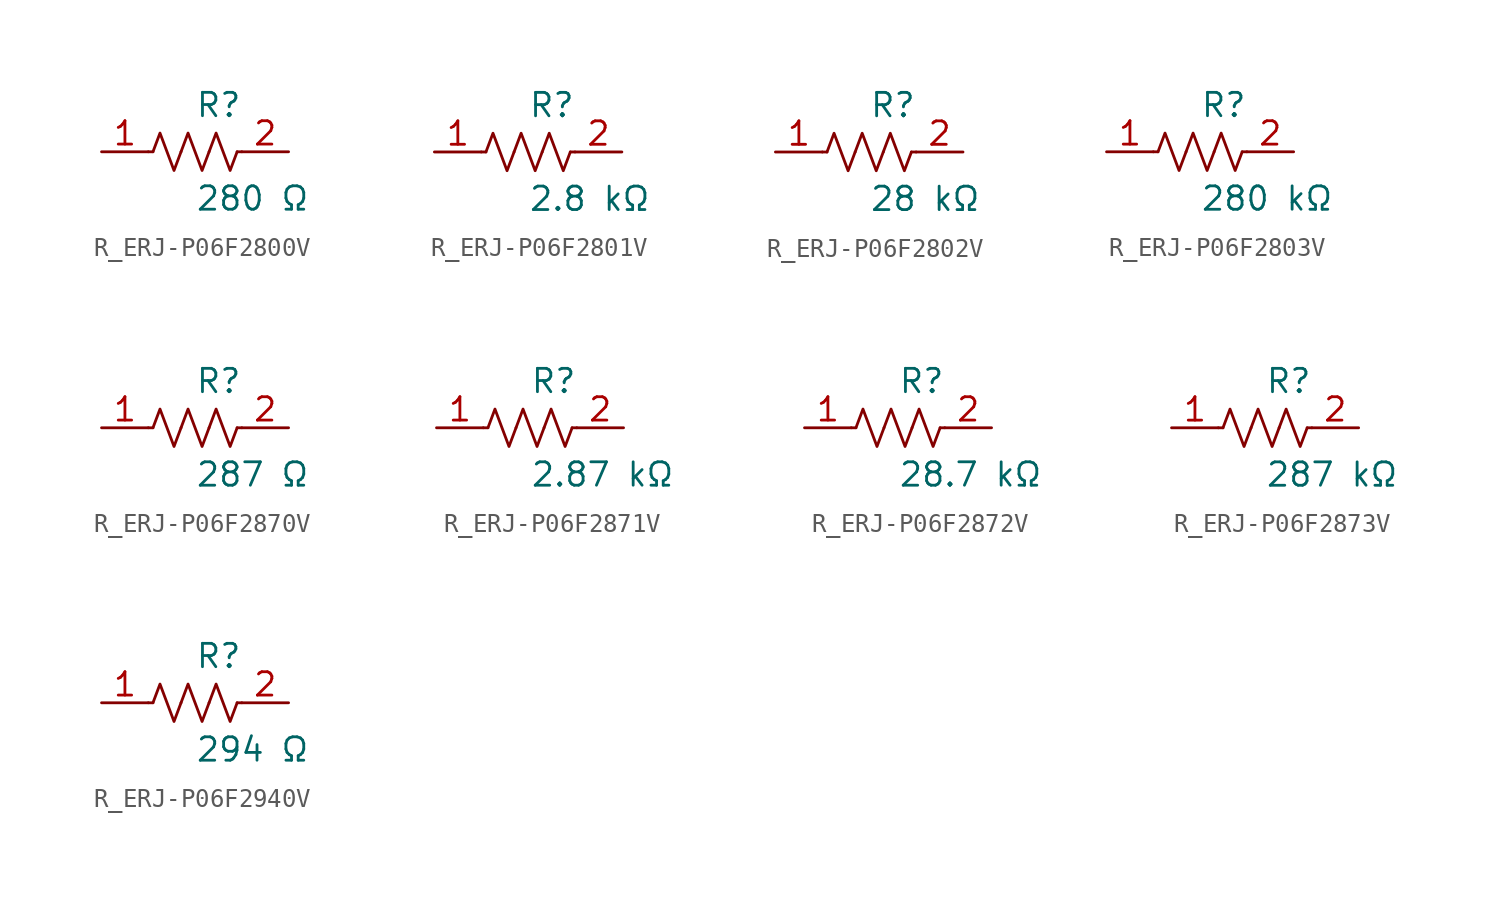
<source format=kicad_sym>
(kicad_symbol_lib
  (version 20231120)
  (generator kicad_symbol_editor)
  (generator_version 8.0)
  (symbol "R_ERJ-P06F2800V"
    (pin_names
      (offset 0.254))
    (property "Reference" "R"
      (at 0 2.54 0)
      (effects (font (size 1.27 1.27)) (justify left)))
    (property "Value" "280 Ω"
      (at 0 -2.54 0)
      (effects (font (size 1.27 1.27)) (justify left)))
    (symbol "R_ERJ-P06F2800V_0_1"
      (polyline (pts (xy 2.286 0) (xy 2.54 0)) (stroke (width 0) (type default)) (fill (type none)))
      (polyline (pts (xy -2.286 0) (xy -2.54 0)) (stroke (width 0) (type default)) (fill (type none)))
      (polyline (pts (xy 0.762 0) (xy 1.143 1.016) (xy 1.524 0) (xy 1.905 -1.016) (xy 2.286 0)) (stroke (width 0) (type default)) (fill (type none)))
      (polyline (pts (xy -0.762 0) (xy -0.381 1.016) (xy 0 0) (xy 0.381 -1.016) (xy 0.762 0)) (stroke (width 0) (type default)) (fill (type none)))
      (polyline (pts (xy -2.286 0) (xy -1.905 1.016) (xy -1.524 0) (xy -1.143 -1.016) (xy -0.762 0)) (stroke (width 0) (type default)) (fill (type none))))
    (pin passive line
      (at -5.08 0 0)
      (length 2.54)
      (name "" (effects (font (size 1.27 1.27))))
      (number "1" (effects (font (size 1.27 1.27)))))
    (pin passive line
      (at 5.08 0 180)
      (length 2.54)
      (name "" (effects (font (size 1.27 1.27))))
      (number "2" (effects (font (size 1.27 1.27))))))
  (symbol "R_ERJ-P06F2801V"
    (pin_names
      (offset 0.254))
    (property "Reference" "R"
      (at 0 2.54 0)
      (effects (font (size 1.27 1.27)) (justify left)))
    (property "Value" "2.8 kΩ"
      (at 0 -2.54 0)
      (effects (font (size 1.27 1.27)) (justify left)))
    (symbol "R_ERJ-P06F2801V_0_1"
      (polyline (pts (xy 2.286 0) (xy 2.54 0)) (stroke (width 0) (type default)) (fill (type none)))
      (polyline (pts (xy -2.286 0) (xy -2.54 0)) (stroke (width 0) (type default)) (fill (type none)))
      (polyline (pts (xy 0.762 0) (xy 1.143 1.016) (xy 1.524 0) (xy 1.905 -1.016) (xy 2.286 0)) (stroke (width 0) (type default)) (fill (type none)))
      (polyline (pts (xy -0.762 0) (xy -0.381 1.016) (xy 0 0) (xy 0.381 -1.016) (xy 0.762 0)) (stroke (width 0) (type default)) (fill (type none)))
      (polyline (pts (xy -2.286 0) (xy -1.905 1.016) (xy -1.524 0) (xy -1.143 -1.016) (xy -0.762 0)) (stroke (width 0) (type default)) (fill (type none))))
    (pin passive line
      (at -5.08 0 0)
      (length 2.54)
      (name "" (effects (font (size 1.27 1.27))))
      (number "1" (effects (font (size 1.27 1.27)))))
    (pin passive line
      (at 5.08 0 180)
      (length 2.54)
      (name "" (effects (font (size 1.27 1.27))))
      (number "2" (effects (font (size 1.27 1.27))))))
  (symbol "R_ERJ-P06F2802V"
    (pin_names
      (offset 0.254))
    (property "Reference" "R"
      (at 0 2.54 0)
      (effects (font (size 1.27 1.27)) (justify left)))
    (property "Value" "28 kΩ"
      (at 0 -2.54 0)
      (effects (font (size 1.27 1.27)) (justify left)))
    (symbol "R_ERJ-P06F2802V_0_1"
      (polyline (pts (xy 2.286 0) (xy 2.54 0)) (stroke (width 0) (type default)) (fill (type none)))
      (polyline (pts (xy -2.286 0) (xy -2.54 0)) (stroke (width 0) (type default)) (fill (type none)))
      (polyline (pts (xy 0.762 0) (xy 1.143 1.016) (xy 1.524 0) (xy 1.905 -1.016) (xy 2.286 0)) (stroke (width 0) (type default)) (fill (type none)))
      (polyline (pts (xy -0.762 0) (xy -0.381 1.016) (xy 0 0) (xy 0.381 -1.016) (xy 0.762 0)) (stroke (width 0) (type default)) (fill (type none)))
      (polyline (pts (xy -2.286 0) (xy -1.905 1.016) (xy -1.524 0) (xy -1.143 -1.016) (xy -0.762 0)) (stroke (width 0) (type default)) (fill (type none))))
    (pin passive line
      (at -5.08 0 0)
      (length 2.54)
      (name "" (effects (font (size 1.27 1.27))))
      (number "1" (effects (font (size 1.27 1.27)))))
    (pin passive line
      (at 5.08 0 180)
      (length 2.54)
      (name "" (effects (font (size 1.27 1.27))))
      (number "2" (effects (font (size 1.27 1.27))))))
  (symbol "R_ERJ-P06F2803V"
    (pin_names
      (offset 0.254))
    (property "Reference" "R"
      (at 0 2.54 0)
      (effects (font (size 1.27 1.27)) (justify left)))
    (property "Value" "280 kΩ"
      (at 0 -2.54 0)
      (effects (font (size 1.27 1.27)) (justify left)))
    (symbol "R_ERJ-P06F2803V_0_1"
      (polyline (pts (xy 2.286 0) (xy 2.54 0)) (stroke (width 0) (type default)) (fill (type none)))
      (polyline (pts (xy -2.286 0) (xy -2.54 0)) (stroke (width 0) (type default)) (fill (type none)))
      (polyline (pts (xy 0.762 0) (xy 1.143 1.016) (xy 1.524 0) (xy 1.905 -1.016) (xy 2.286 0)) (stroke (width 0) (type default)) (fill (type none)))
      (polyline (pts (xy -0.762 0) (xy -0.381 1.016) (xy 0 0) (xy 0.381 -1.016) (xy 0.762 0)) (stroke (width 0) (type default)) (fill (type none)))
      (polyline (pts (xy -2.286 0) (xy -1.905 1.016) (xy -1.524 0) (xy -1.143 -1.016) (xy -0.762 0)) (stroke (width 0) (type default)) (fill (type none))))
    (pin passive line
      (at -5.08 0 0)
      (length 2.54)
      (name "" (effects (font (size 1.27 1.27))))
      (number "1" (effects (font (size 1.27 1.27)))))
    (pin passive line
      (at 5.08 0 180)
      (length 2.54)
      (name "" (effects (font (size 1.27 1.27))))
      (number "2" (effects (font (size 1.27 1.27))))))
  (symbol "R_ERJ-P06F2870V"
    (pin_names
      (offset 0.254))
    (property "Reference" "R"
      (at 0 2.54 0)
      (effects (font (size 1.27 1.27)) (justify left)))
    (property "Value" "287 Ω"
      (at 0 -2.54 0)
      (effects (font (size 1.27 1.27)) (justify left)))
    (symbol "R_ERJ-P06F2870V_0_1"
      (polyline (pts (xy 2.286 0) (xy 2.54 0)) (stroke (width 0) (type default)) (fill (type none)))
      (polyline (pts (xy -2.286 0) (xy -2.54 0)) (stroke (width 0) (type default)) (fill (type none)))
      (polyline (pts (xy 0.762 0) (xy 1.143 1.016) (xy 1.524 0) (xy 1.905 -1.016) (xy 2.286 0)) (stroke (width 0) (type default)) (fill (type none)))
      (polyline (pts (xy -0.762 0) (xy -0.381 1.016) (xy 0 0) (xy 0.381 -1.016) (xy 0.762 0)) (stroke (width 0) (type default)) (fill (type none)))
      (polyline (pts (xy -2.286 0) (xy -1.905 1.016) (xy -1.524 0) (xy -1.143 -1.016) (xy -0.762 0)) (stroke (width 0) (type default)) (fill (type none))))
    (pin passive line
      (at -5.08 0 0)
      (length 2.54)
      (name "" (effects (font (size 1.27 1.27))))
      (number "1" (effects (font (size 1.27 1.27)))))
    (pin passive line
      (at 5.08 0 180)
      (length 2.54)
      (name "" (effects (font (size 1.27 1.27))))
      (number "2" (effects (font (size 1.27 1.27))))))
  (symbol "R_ERJ-P06F2871V"
    (pin_names
      (offset 0.254))
    (property "Reference" "R"
      (at 0 2.54 0)
      (effects (font (size 1.27 1.27)) (justify left)))
    (property "Value" "2.87 kΩ"
      (at 0 -2.54 0)
      (effects (font (size 1.27 1.27)) (justify left)))
    (symbol "R_ERJ-P06F2871V_0_1"
      (polyline (pts (xy 2.286 0) (xy 2.54 0)) (stroke (width 0) (type default)) (fill (type none)))
      (polyline (pts (xy -2.286 0) (xy -2.54 0)) (stroke (width 0) (type default)) (fill (type none)))
      (polyline (pts (xy 0.762 0) (xy 1.143 1.016) (xy 1.524 0) (xy 1.905 -1.016) (xy 2.286 0)) (stroke (width 0) (type default)) (fill (type none)))
      (polyline (pts (xy -0.762 0) (xy -0.381 1.016) (xy 0 0) (xy 0.381 -1.016) (xy 0.762 0)) (stroke (width 0) (type default)) (fill (type none)))
      (polyline (pts (xy -2.286 0) (xy -1.905 1.016) (xy -1.524 0) (xy -1.143 -1.016) (xy -0.762 0)) (stroke (width 0) (type default)) (fill (type none))))
    (pin passive line
      (at -5.08 0 0)
      (length 2.54)
      (name "" (effects (font (size 1.27 1.27))))
      (number "1" (effects (font (size 1.27 1.27)))))
    (pin passive line
      (at 5.08 0 180)
      (length 2.54)
      (name "" (effects (font (size 1.27 1.27))))
      (number "2" (effects (font (size 1.27 1.27))))))
  (symbol "R_ERJ-P06F2872V"
    (pin_names
      (offset 0.254))
    (property "Reference" "R"
      (at 0 2.54 0)
      (effects (font (size 1.27 1.27)) (justify left)))
    (property "Value" "28.7 kΩ"
      (at 0 -2.54 0)
      (effects (font (size 1.27 1.27)) (justify left)))
    (symbol "R_ERJ-P06F2872V_0_1"
      (polyline (pts (xy 2.286 0) (xy 2.54 0)) (stroke (width 0) (type default)) (fill (type none)))
      (polyline (pts (xy -2.286 0) (xy -2.54 0)) (stroke (width 0) (type default)) (fill (type none)))
      (polyline (pts (xy 0.762 0) (xy 1.143 1.016) (xy 1.524 0) (xy 1.905 -1.016) (xy 2.286 0)) (stroke (width 0) (type default)) (fill (type none)))
      (polyline (pts (xy -0.762 0) (xy -0.381 1.016) (xy 0 0) (xy 0.381 -1.016) (xy 0.762 0)) (stroke (width 0) (type default)) (fill (type none)))
      (polyline (pts (xy -2.286 0) (xy -1.905 1.016) (xy -1.524 0) (xy -1.143 -1.016) (xy -0.762 0)) (stroke (width 0) (type default)) (fill (type none))))
    (pin passive line
      (at -5.08 0 0)
      (length 2.54)
      (name "" (effects (font (size 1.27 1.27))))
      (number "1" (effects (font (size 1.27 1.27)))))
    (pin passive line
      (at 5.08 0 180)
      (length 2.54)
      (name "" (effects (font (size 1.27 1.27))))
      (number "2" (effects (font (size 1.27 1.27))))))
  (symbol "R_ERJ-P06F2873V"
    (pin_names
      (offset 0.254))
    (property "Reference" "R"
      (at 0 2.54 0)
      (effects (font (size 1.27 1.27)) (justify left)))
    (property "Value" "287 kΩ"
      (at 0 -2.54 0)
      (effects (font (size 1.27 1.27)) (justify left)))
    (symbol "R_ERJ-P06F2873V_0_1"
      (polyline (pts (xy 2.286 0) (xy 2.54 0)) (stroke (width 0) (type default)) (fill (type none)))
      (polyline (pts (xy -2.286 0) (xy -2.54 0)) (stroke (width 0) (type default)) (fill (type none)))
      (polyline (pts (xy 0.762 0) (xy 1.143 1.016) (xy 1.524 0) (xy 1.905 -1.016) (xy 2.286 0)) (stroke (width 0) (type default)) (fill (type none)))
      (polyline (pts (xy -0.762 0) (xy -0.381 1.016) (xy 0 0) (xy 0.381 -1.016) (xy 0.762 0)) (stroke (width 0) (type default)) (fill (type none)))
      (polyline (pts (xy -2.286 0) (xy -1.905 1.016) (xy -1.524 0) (xy -1.143 -1.016) (xy -0.762 0)) (stroke (width 0) (type default)) (fill (type none))))
    (pin passive line
      (at -5.08 0 0)
      (length 2.54)
      (name "" (effects (font (size 1.27 1.27))))
      (number "1" (effects (font (size 1.27 1.27)))))
    (pin passive line
      (at 5.08 0 180)
      (length 2.54)
      (name "" (effects (font (size 1.27 1.27))))
      (number "2" (effects (font (size 1.27 1.27))))))
  (symbol "R_ERJ-P06F2940V"
    (pin_names
      (offset 0.254))
    (property "Reference" "R"
      (at 0 2.54 0)
      (effects (font (size 1.27 1.27)) (justify left)))
    (property "Value" "294 Ω"
      (at 0 -2.54 0)
      (effects (font (size 1.27 1.27)) (justify left)))
    (symbol "R_ERJ-P06F2940V_0_1"
      (polyline (pts (xy 2.286 0) (xy 2.54 0)) (stroke (width 0) (type default)) (fill (type none)))
      (polyline (pts (xy -2.286 0) (xy -2.54 0)) (stroke (width 0) (type default)) (fill (type none)))
      (polyline (pts (xy 0.762 0) (xy 1.143 1.016) (xy 1.524 0) (xy 1.905 -1.016) (xy 2.286 0)) (stroke (width 0) (type default)) (fill (type none)))
      (polyline (pts (xy -0.762 0) (xy -0.381 1.016) (xy 0 0) (xy 0.381 -1.016) (xy 0.762 0)) (stroke (width 0) (type default)) (fill (type none)))
      (polyline (pts (xy -2.286 0) (xy -1.905 1.016) (xy -1.524 0) (xy -1.143 -1.016) (xy -0.762 0)) (stroke (width 0) (type default)) (fill (type none))))
    (pin passive line
      (at -5.08 0 0)
      (length 2.54)
      (name "" (effects (font (size 1.27 1.27))))
      (number "1" (effects (font (size 1.27 1.27)))))
    (pin passive line
      (at 5.08 0 180)
      (length 2.54)
      (name "" (effects (font (size 1.27 1.27))))
      (number "2" (effects (font (size 1.27 1.27)))))))
</source>
